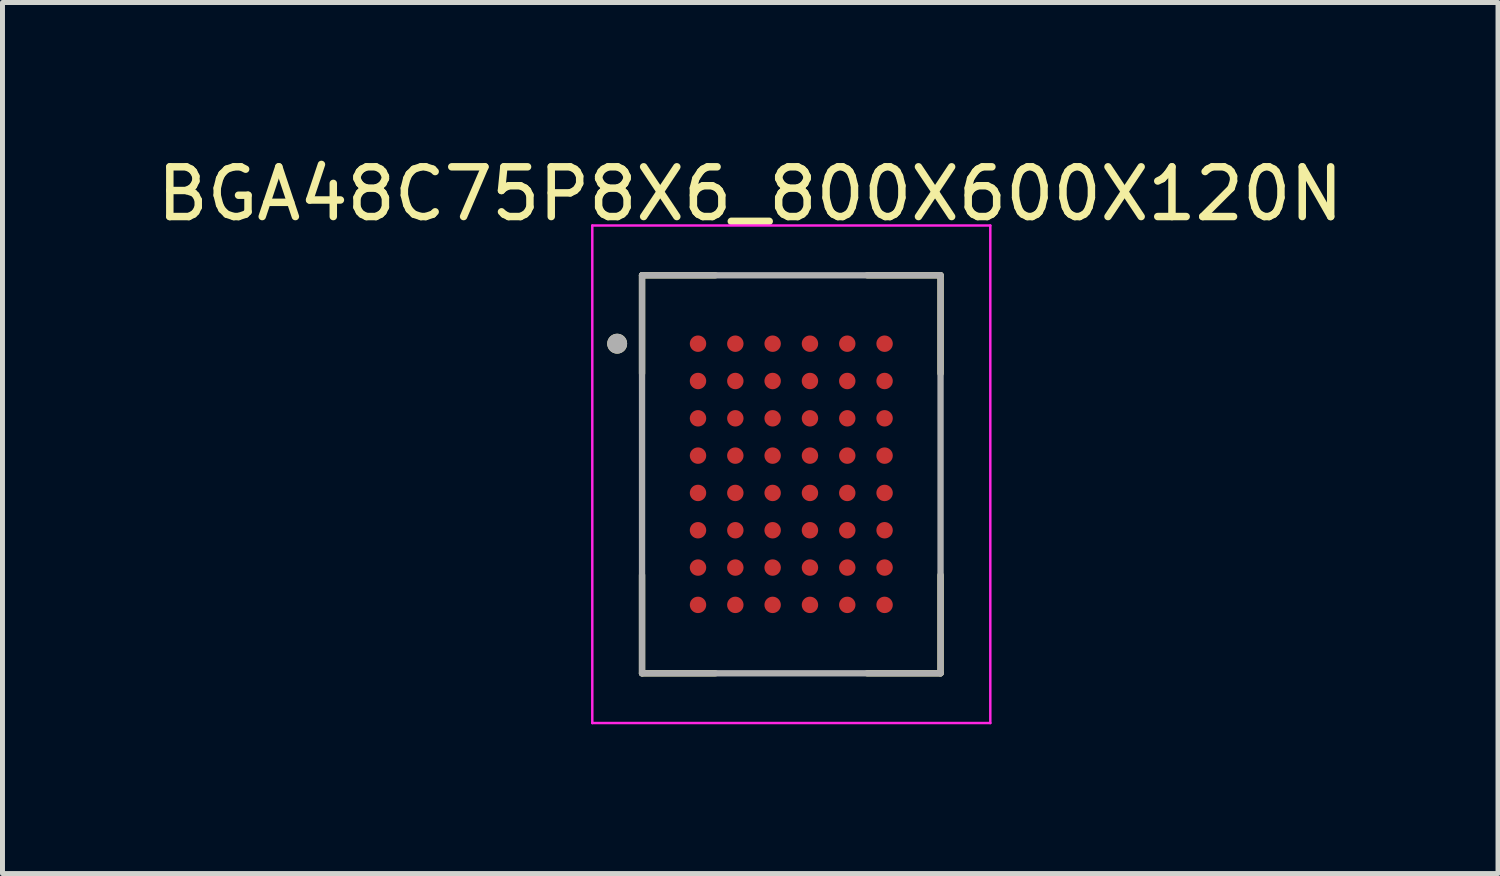
<source format=kicad_pcb>
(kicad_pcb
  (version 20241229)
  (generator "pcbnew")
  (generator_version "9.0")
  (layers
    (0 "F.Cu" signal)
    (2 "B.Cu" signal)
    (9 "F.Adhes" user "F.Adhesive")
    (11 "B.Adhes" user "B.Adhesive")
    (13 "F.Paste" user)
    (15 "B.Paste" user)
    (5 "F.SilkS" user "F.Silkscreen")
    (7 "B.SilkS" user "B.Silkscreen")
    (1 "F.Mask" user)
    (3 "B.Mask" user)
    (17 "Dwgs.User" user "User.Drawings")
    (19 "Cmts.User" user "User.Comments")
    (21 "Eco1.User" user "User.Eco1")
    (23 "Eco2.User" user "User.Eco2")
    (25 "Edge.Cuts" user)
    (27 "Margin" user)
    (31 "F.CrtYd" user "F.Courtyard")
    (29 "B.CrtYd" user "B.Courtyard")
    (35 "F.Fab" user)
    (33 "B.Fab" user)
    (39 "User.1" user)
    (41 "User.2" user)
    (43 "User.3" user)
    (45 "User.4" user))
  (footprint "BGA48C75P8X6_800X600X120N"
    (layer "F.Cu")
    (at 12.855 6.483)
    (property "Reference" "BGA48C75P8X6_800X600X120N" (at -0.825 -5.635 0) (layer "F.SilkS") (effects (font (size 1 1) (thickness 0.15))))
    (attr smd)
    (fp_line (start -3 -4) (end -3 -2.025) (stroke (width 0.127) (type solid)) (layer "F.SilkS"))
    (fp_line (start -3 -4) (end -1.525 -4) (stroke (width 0.127) (type solid)) (layer "F.SilkS"))
    (fp_line (start -3 4) (end -3 2.025) (stroke (width 0.127) (type solid)) (layer "F.SilkS"))
    (fp_line (start -3 4) (end -1.525 4) (stroke (width 0.127) (type solid)) (layer "F.SilkS"))
    (fp_line (start 3 -4) (end 1.525 -4) (stroke (width 0.127) (type solid)) (layer "F.SilkS"))
    (fp_line (start 3 -4) (end 3 -2.025) (stroke (width 0.127) (type solid)) (layer "F.SilkS"))
    (fp_line (start 3 4) (end 1.525 4) (stroke (width 0.127) (type solid)) (layer "F.SilkS"))
    (fp_line (start 3 4) (end 3 2.025) (stroke (width 0.127) (type solid)) (layer "F.SilkS"))
    (fp_circle (center -3.5 -2.625) (end -3.4 -2.625) (stroke (width 0.2) (type solid)) (fill no) (layer "F.SilkS"))
    (fp_line (start -4 -5) (end 4 -5) (stroke (width 0.05) (type solid)) (layer "F.CrtYd"))
    (fp_line (start -4 5) (end -4 -5) (stroke (width 0.05) (type solid)) (layer "F.CrtYd"))
    (fp_line (start -4 5) (end 4 5) (stroke (width 0.05) (type solid)) (layer "F.CrtYd"))
    (fp_line (start 4 5) (end 4 -5) (stroke (width 0.05) (type solid)) (layer "F.CrtYd"))
    (fp_line (start -3 4) (end -3 -4) (stroke (width 0.127) (type solid)) (layer "F.Fab"))
    (fp_line (start 3 -4) (end -3 -4) (stroke (width 0.127) (type solid)) (layer "F.Fab"))
    (fp_line (start 3 4) (end -3 4) (stroke (width 0.127) (type solid)) (layer "F.Fab"))
    (fp_line (start 3 4) (end 3 -4) (stroke (width 0.127) (type solid)) (layer "F.Fab"))
    (fp_circle (center -3.5 -2.625) (end -3.4 -2.625) (stroke (width 0.2) (type solid)) (fill no) (layer "F.Fab"))
    (pad "A1" smd circle (at -1.875 -2.625) (size 0.33 0.33) (layers "F.Cu" "F.Mask" "F.Paste"))
    (pad "A2" smd circle (at -1.125 -2.625) (size 0.33 0.33) (layers "F.Cu" "F.Mask" "F.Paste"))
    (pad "A3" smd circle (at -0.375 -2.625) (size 0.33 0.33) (layers "F.Cu" "F.Mask" "F.Paste"))
    (pad "A4" smd circle (at 0.375 -2.625) (size 0.33 0.33) (layers "F.Cu" "F.Mask" "F.Paste"))
    (pad "A5" smd circle (at 1.125 -2.625) (size 0.33 0.33) (layers "F.Cu" "F.Mask" "F.Paste"))
    (pad "A6" smd circle (at 1.875 -2.625) (size 0.33 0.33) (layers "F.Cu" "F.Mask" "F.Paste"))
    (pad "B1" smd circle (at -1.875 -1.875) (size 0.33 0.33) (layers "F.Cu" "F.Mask" "F.Paste"))
    (pad "B2" smd circle (at -1.125 -1.875) (size 0.33 0.33) (layers "F.Cu" "F.Mask" "F.Paste"))
    (pad "B3" smd circle (at -0.375 -1.875) (size 0.33 0.33) (layers "F.Cu" "F.Mask" "F.Paste"))
    (pad "B4" smd circle (at 0.375 -1.875) (size 0.33 0.33) (layers "F.Cu" "F.Mask" "F.Paste"))
    (pad "B5" smd circle (at 1.125 -1.875) (size 0.33 0.33) (layers "F.Cu" "F.Mask" "F.Paste"))
    (pad "B6" smd circle (at 1.875 -1.875) (size 0.33 0.33) (layers "F.Cu" "F.Mask" "F.Paste"))
    (pad "C1" smd circle (at -1.875 -1.125) (size 0.33 0.33) (layers "F.Cu" "F.Mask" "F.Paste"))
    (pad "C2" smd circle (at -1.125 -1.125) (size 0.33 0.33) (layers "F.Cu" "F.Mask" "F.Paste"))
    (pad "C3" smd circle (at -0.375 -1.125) (size 0.33 0.33) (layers "F.Cu" "F.Mask" "F.Paste"))
    (pad "C4" smd circle (at 0.375 -1.125) (size 0.33 0.33) (layers "F.Cu" "F.Mask" "F.Paste"))
    (pad "C5" smd circle (at 1.125 -1.125) (size 0.33 0.33) (layers "F.Cu" "F.Mask" "F.Paste"))
    (pad "C6" smd circle (at 1.875 -1.125) (size 0.33 0.33) (layers "F.Cu" "F.Mask" "F.Paste"))
    (pad "D1" smd circle (at -1.875 -0.375) (size 0.33 0.33) (layers "F.Cu" "F.Mask" "F.Paste"))
    (pad "D2" smd circle (at -1.125 -0.375) (size 0.33 0.33) (layers "F.Cu" "F.Mask" "F.Paste"))
    (pad "D3" smd circle (at -0.375 -0.375) (size 0.33 0.33) (layers "F.Cu" "F.Mask" "F.Paste"))
    (pad "D4" smd circle (at 0.375 -0.375) (size 0.33 0.33) (layers "F.Cu" "F.Mask" "F.Paste"))
    (pad "D5" smd circle (at 1.125 -0.375) (size 0.33 0.33) (layers "F.Cu" "F.Mask" "F.Paste"))
    (pad "D6" smd circle (at 1.875 -0.375) (size 0.33 0.33) (layers "F.Cu" "F.Mask" "F.Paste"))
    (pad "E1" smd circle (at -1.875 0.375) (size 0.33 0.33) (layers "F.Cu" "F.Mask" "F.Paste"))
    (pad "E2" smd circle (at -1.125 0.375) (size 0.33 0.33) (layers "F.Cu" "F.Mask" "F.Paste"))
    (pad "E3" smd circle (at -0.375 0.375) (size 0.33 0.33) (layers "F.Cu" "F.Mask" "F.Paste"))
    (pad "E4" smd circle (at 0.375 0.375) (size 0.33 0.33) (layers "F.Cu" "F.Mask" "F.Paste"))
    (pad "E5" smd circle (at 1.125 0.375) (size 0.33 0.33) (layers "F.Cu" "F.Mask" "F.Paste"))
    (pad "E6" smd circle (at 1.875 0.375) (size 0.33 0.33) (layers "F.Cu" "F.Mask" "F.Paste"))
    (pad "F1" smd circle (at -1.875 1.125) (size 0.33 0.33) (layers "F.Cu" "F.Mask" "F.Paste"))
    (pad "F2" smd circle (at -1.125 1.125) (size 0.33 0.33) (layers "F.Cu" "F.Mask" "F.Paste"))
    (pad "F3" smd circle (at -0.375 1.125) (size 0.33 0.33) (layers "F.Cu" "F.Mask" "F.Paste"))
    (pad "F4" smd circle (at 0.375 1.125) (size 0.33 0.33) (layers "F.Cu" "F.Mask" "F.Paste"))
    (pad "F5" smd circle (at 1.125 1.125) (size 0.33 0.33) (layers "F.Cu" "F.Mask" "F.Paste"))
    (pad "F6" smd circle (at 1.875 1.125) (size 0.33 0.33) (layers "F.Cu" "F.Mask" "F.Paste"))
    (pad "G1" smd circle (at -1.875 1.875) (size 0.33 0.33) (layers "F.Cu" "F.Mask" "F.Paste"))
    (pad "G2" smd circle (at -1.125 1.875) (size 0.33 0.33) (layers "F.Cu" "F.Mask" "F.Paste"))
    (pad "G3" smd circle (at -0.375 1.875) (size 0.33 0.33) (layers "F.Cu" "F.Mask" "F.Paste"))
    (pad "G4" smd circle (at 0.375 1.875) (size 0.33 0.33) (layers "F.Cu" "F.Mask" "F.Paste"))
    (pad "G5" smd circle (at 1.125 1.875) (size 0.33 0.33) (layers "F.Cu" "F.Mask" "F.Paste"))
    (pad "G6" smd circle (at 1.875 1.875) (size 0.33 0.33) (layers "F.Cu" "F.Mask" "F.Paste"))
    (pad "H1" smd circle (at -1.875 2.625) (size 0.33 0.33) (layers "F.Cu" "F.Mask" "F.Paste"))
    (pad "H2" smd circle (at -1.125 2.625) (size 0.33 0.33) (layers "F.Cu" "F.Mask" "F.Paste"))
    (pad "H3" smd circle (at -0.375 2.625) (size 0.33 0.33) (layers "F.Cu" "F.Mask" "F.Paste"))
    (pad "H4" smd circle (at 0.375 2.625) (size 0.33 0.33) (layers "F.Cu" "F.Mask" "F.Paste"))
    (pad "H5" smd circle (at 1.125 2.625) (size 0.33 0.33) (layers "F.Cu" "F.Mask" "F.Paste"))
    (pad "H6" smd circle (at 1.875 2.625) (size 0.33 0.33) (layers "F.Cu" "F.Mask" "F.Paste")))
  (gr_rect
    (start -3 -3)
    (end 27.06 14.508)
    (stroke (width 0.1) (type default))
    (fill no)
    (layer "Edge.Cuts")))
</source>
